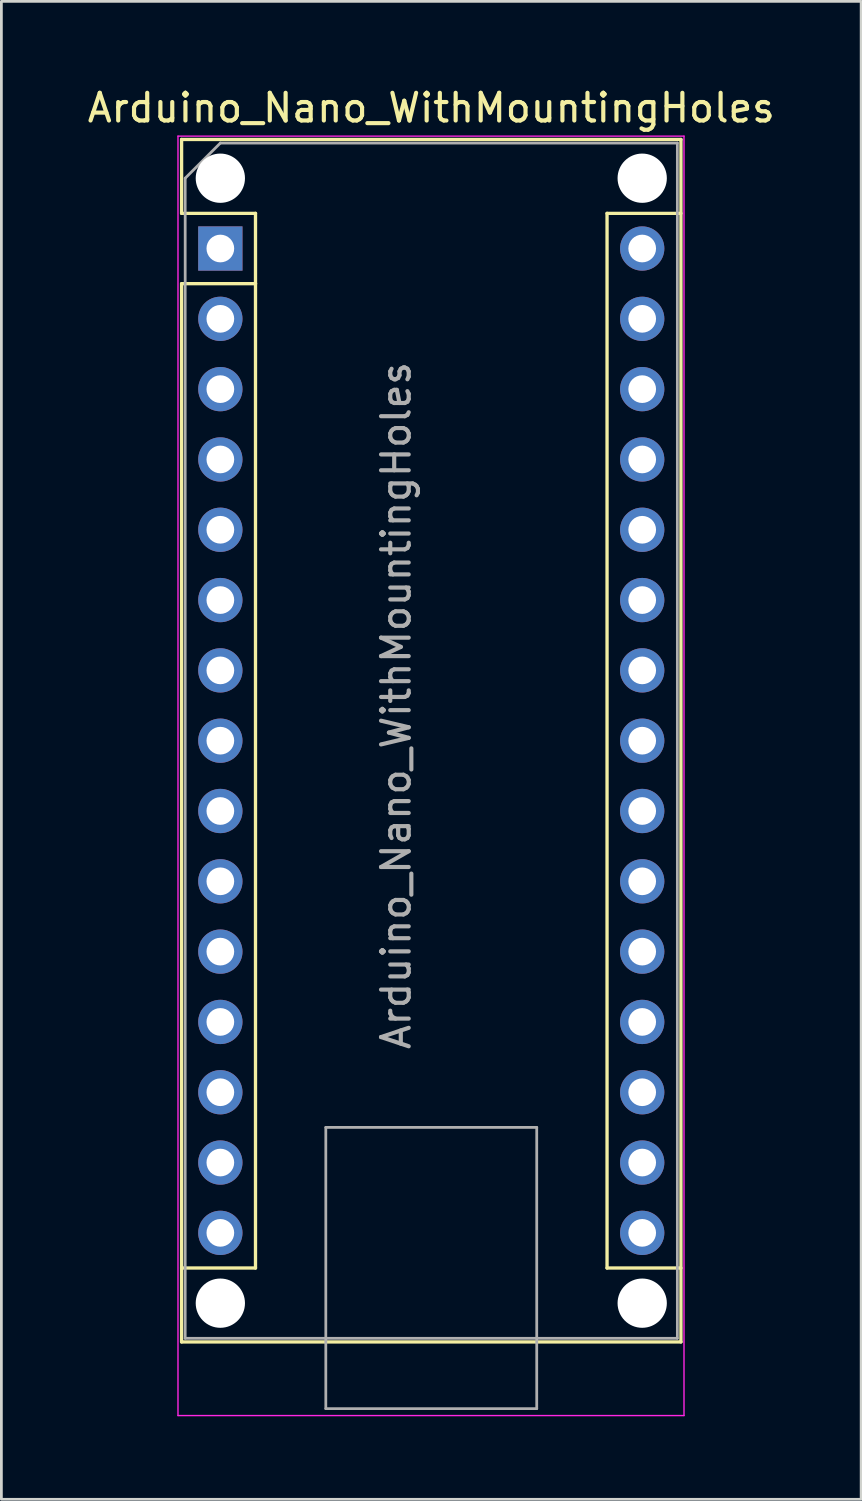
<source format=kicad_pcb>
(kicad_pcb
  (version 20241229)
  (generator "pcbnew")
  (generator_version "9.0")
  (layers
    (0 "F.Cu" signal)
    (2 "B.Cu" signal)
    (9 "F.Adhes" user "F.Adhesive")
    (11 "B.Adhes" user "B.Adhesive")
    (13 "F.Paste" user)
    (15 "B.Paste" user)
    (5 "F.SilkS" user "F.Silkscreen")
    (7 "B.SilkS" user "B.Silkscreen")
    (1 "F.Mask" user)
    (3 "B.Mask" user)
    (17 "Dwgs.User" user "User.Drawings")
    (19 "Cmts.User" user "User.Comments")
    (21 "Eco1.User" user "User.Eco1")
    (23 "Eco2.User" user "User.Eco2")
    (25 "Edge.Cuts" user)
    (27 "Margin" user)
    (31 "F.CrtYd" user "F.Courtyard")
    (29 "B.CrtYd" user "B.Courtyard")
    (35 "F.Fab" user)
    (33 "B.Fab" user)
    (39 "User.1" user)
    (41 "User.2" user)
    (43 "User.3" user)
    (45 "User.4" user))
  (footprint "Arduino_Nano_WithMountingHoles"
    (layer "F.Cu")
    (at 4.91 5.928)
    (property "Reference" "Arduino_Nano_WithMountingHoles" (at 7.62 -5.08 0) (layer "F.SilkS") (effects (font (size 1 1) (thickness 0.15))))
    (attr through_hole)
    (fp_line (start -1.4 -3.94) (end -1.4 -1.27) (stroke (width 0.12) (type solid)) (layer "F.SilkS"))
    (fp_line (start -1.4 1.27) (end -1.4 39.5) (stroke (width 0.12) (type solid)) (layer "F.SilkS"))
    (fp_line (start -1.4 39.5) (end 16.64 39.5) (stroke (width 0.12) (type solid)) (layer "F.SilkS"))
    (fp_line (start 1.27 -1.27) (end -1.4 -1.27) (stroke (width 0.12) (type solid)) (layer "F.SilkS"))
    (fp_line (start 1.27 1.27) (end -1.4 1.27) (stroke (width 0.12) (type solid)) (layer "F.SilkS"))
    (fp_line (start 1.27 1.27) (end 1.27 -1.27) (stroke (width 0.12) (type solid)) (layer "F.SilkS"))
    (fp_line (start 1.27 1.27) (end 1.27 36.83) (stroke (width 0.12) (type solid)) (layer "F.SilkS"))
    (fp_line (start 1.27 36.83) (end -1.4 36.83) (stroke (width 0.12) (type solid)) (layer "F.SilkS"))
    (fp_line (start 13.97 -1.27) (end 13.97 36.83) (stroke (width 0.12) (type solid)) (layer "F.SilkS"))
    (fp_line (start 13.97 -1.27) (end 16.64 -1.27) (stroke (width 0.12) (type solid)) (layer "F.SilkS"))
    (fp_line (start 13.97 36.83) (end 16.64 36.83) (stroke (width 0.12) (type solid)) (layer "F.SilkS"))
    (fp_line (start 16.64 -3.94) (end -1.4 -3.94) (stroke (width 0.12) (type solid)) (layer "F.SilkS"))
    (fp_line (start 16.64 39.5) (end 16.64 -3.94) (stroke (width 0.12) (type solid)) (layer "F.SilkS"))
    (fp_line (start -1.53 -4.06) (end -1.53 42.16) (stroke (width 0.05) (type solid)) (layer "F.CrtYd"))
    (fp_line (start -1.53 -4.06) (end 16.75 -4.06) (stroke (width 0.05) (type solid)) (layer "F.CrtYd"))
    (fp_line (start 16.75 42.16) (end -1.53 42.16) (stroke (width 0.05) (type solid)) (layer "F.CrtYd"))
    (fp_line (start 16.75 42.16) (end 16.75 -4.06) (stroke (width 0.05) (type solid)) (layer "F.CrtYd"))
    (fp_line (start -1.27 -2.54) (end 0 -3.81) (stroke (width 0.1) (type solid)) (layer "F.Fab"))
    (fp_line (start -1.27 39.37) (end -1.27 -2.54) (stroke (width 0.1) (type solid)) (layer "F.Fab"))
    (fp_line (start 0 -3.81) (end 16.51 -3.81) (stroke (width 0.1) (type solid)) (layer "F.Fab"))
    (fp_line (start 3.81 31.75) (end 11.43 31.75) (stroke (width 0.1) (type solid)) (layer "F.Fab"))
    (fp_line (start 3.81 41.91) (end 3.81 31.75) (stroke (width 0.1) (type solid)) (layer "F.Fab"))
    (fp_line (start 11.43 31.75) (end 11.43 41.91) (stroke (width 0.1) (type solid)) (layer "F.Fab"))
    (fp_line (start 11.43 41.91) (end 3.81 41.91) (stroke (width 0.1) (type solid)) (layer "F.Fab"))
    (fp_line (start 16.51 -3.81) (end 16.51 39.37) (stroke (width 0.1) (type solid)) (layer "F.Fab"))
    (fp_line (start 16.51 39.37) (end -1.27 39.37) (stroke (width 0.1) (type solid)) (layer "F.Fab"))
    (fp_text user "${REFERENCE}" (at 6.35 16.51 90) (layer "F.Fab") (effects (font (size 1 1) (thickness 0.15))))
    (pad "" np_thru_hole circle (at 0 -2.54) (size 1.78 1.78) (drill 1.78) (layers "*.Cu" "*.Mask"))
    (pad "" np_thru_hole circle (at 0 38.1) (size 1.78 1.78) (drill 1.78) (layers "*.Cu" "*.Mask"))
    (pad "" np_thru_hole circle (at 15.24 -2.54) (size 1.78 1.78) (drill 1.78) (layers "*.Cu" "*.Mask"))
    (pad "" np_thru_hole circle (at 15.24 38.1) (size 1.78 1.78) (drill 1.78) (layers "*.Cu" "*.Mask"))
    (pad "1" thru_hole rect (at 0 0) (size 1.6 1.6) (drill 1) (layers "*.Cu" "*.Mask"))
    (pad "2" thru_hole oval (at 0 2.54) (size 1.6 1.6) (drill 1) (layers "*.Cu" "*.Mask"))
    (pad "3" thru_hole oval (at 0 5.08) (size 1.6 1.6) (drill 1) (layers "*.Cu" "*.Mask"))
    (pad "4" thru_hole oval (at 0 7.62) (size 1.6 1.6) (drill 1) (layers "*.Cu" "*.Mask"))
    (pad "5" thru_hole oval (at 0 10.16) (size 1.6 1.6) (drill 1) (layers "*.Cu" "*.Mask"))
    (pad "6" thru_hole oval (at 0 12.7) (size 1.6 1.6) (drill 1) (layers "*.Cu" "*.Mask"))
    (pad "7" thru_hole oval (at 0 15.24) (size 1.6 1.6) (drill 1) (layers "*.Cu" "*.Mask"))
    (pad "8" thru_hole oval (at 0 17.78) (size 1.6 1.6) (drill 1) (layers "*.Cu" "*.Mask"))
    (pad "9" thru_hole oval (at 0 20.32) (size 1.6 1.6) (drill 1) (layers "*.Cu" "*.Mask"))
    (pad "10" thru_hole oval (at 0 22.86) (size 1.6 1.6) (drill 1) (layers "*.Cu" "*.Mask"))
    (pad "11" thru_hole oval (at 0 25.4) (size 1.6 1.6) (drill 1) (layers "*.Cu" "*.Mask"))
    (pad "12" thru_hole oval (at 0 27.94) (size 1.6 1.6) (drill 1) (layers "*.Cu" "*.Mask"))
    (pad "13" thru_hole oval (at 0 30.48) (size 1.6 1.6) (drill 1) (layers "*.Cu" "*.Mask"))
    (pad "14" thru_hole oval (at 0 33.02) (size 1.6 1.6) (drill 1) (layers "*.Cu" "*.Mask"))
    (pad "15" thru_hole oval (at 0 35.56) (size 1.6 1.6) (drill 1) (layers "*.Cu" "*.Mask"))
    (pad "16" thru_hole oval (at 15.24 35.56) (size 1.6 1.6) (drill 1) (layers "*.Cu" "*.Mask"))
    (pad "17" thru_hole oval (at 15.24 33.02) (size 1.6 1.6) (drill 1) (layers "*.Cu" "*.Mask"))
    (pad "18" thru_hole oval (at 15.24 30.48) (size 1.6 1.6) (drill 1) (layers "*.Cu" "*.Mask"))
    (pad "19" thru_hole oval (at 15.24 27.94) (size 1.6 1.6) (drill 1) (layers "*.Cu" "*.Mask"))
    (pad "20" thru_hole oval (at 15.24 25.4) (size 1.6 1.6) (drill 1) (layers "*.Cu" "*.Mask"))
    (pad "21" thru_hole oval (at 15.24 22.86) (size 1.6 1.6) (drill 1) (layers "*.Cu" "*.Mask"))
    (pad "22" thru_hole oval (at 15.24 20.32) (size 1.6 1.6) (drill 1) (layers "*.Cu" "*.Mask"))
    (pad "23" thru_hole oval (at 15.24 17.78) (size 1.6 1.6) (drill 1) (layers "*.Cu" "*.Mask"))
    (pad "24" thru_hole oval (at 15.24 15.24) (size 1.6 1.6) (drill 1) (layers "*.Cu" "*.Mask"))
    (pad "25" thru_hole oval (at 15.24 12.7) (size 1.6 1.6) (drill 1) (layers "*.Cu" "*.Mask"))
    (pad "26" thru_hole oval (at 15.24 10.16) (size 1.6 1.6) (drill 1) (layers "*.Cu" "*.Mask"))
    (pad "27" thru_hole oval (at 15.24 7.62) (size 1.6 1.6) (drill 1) (layers "*.Cu" "*.Mask"))
    (pad "28" thru_hole oval (at 15.24 5.08) (size 1.6 1.6) (drill 1) (layers "*.Cu" "*.Mask"))
    (pad "29" thru_hole oval (at 15.24 2.54) (size 1.6 1.6) (drill 1) (layers "*.Cu" "*.Mask"))
    (pad "30" thru_hole oval (at 15.24 0) (size 1.6 1.6) (drill 1) (layers "*.Cu" "*.Mask")))
  (gr_rect
    (start -3 -3)
    (end 28.06 51.113)
    (stroke (width 0.1) (type default))
    (fill no)
    (layer "Edge.Cuts")))
</source>
